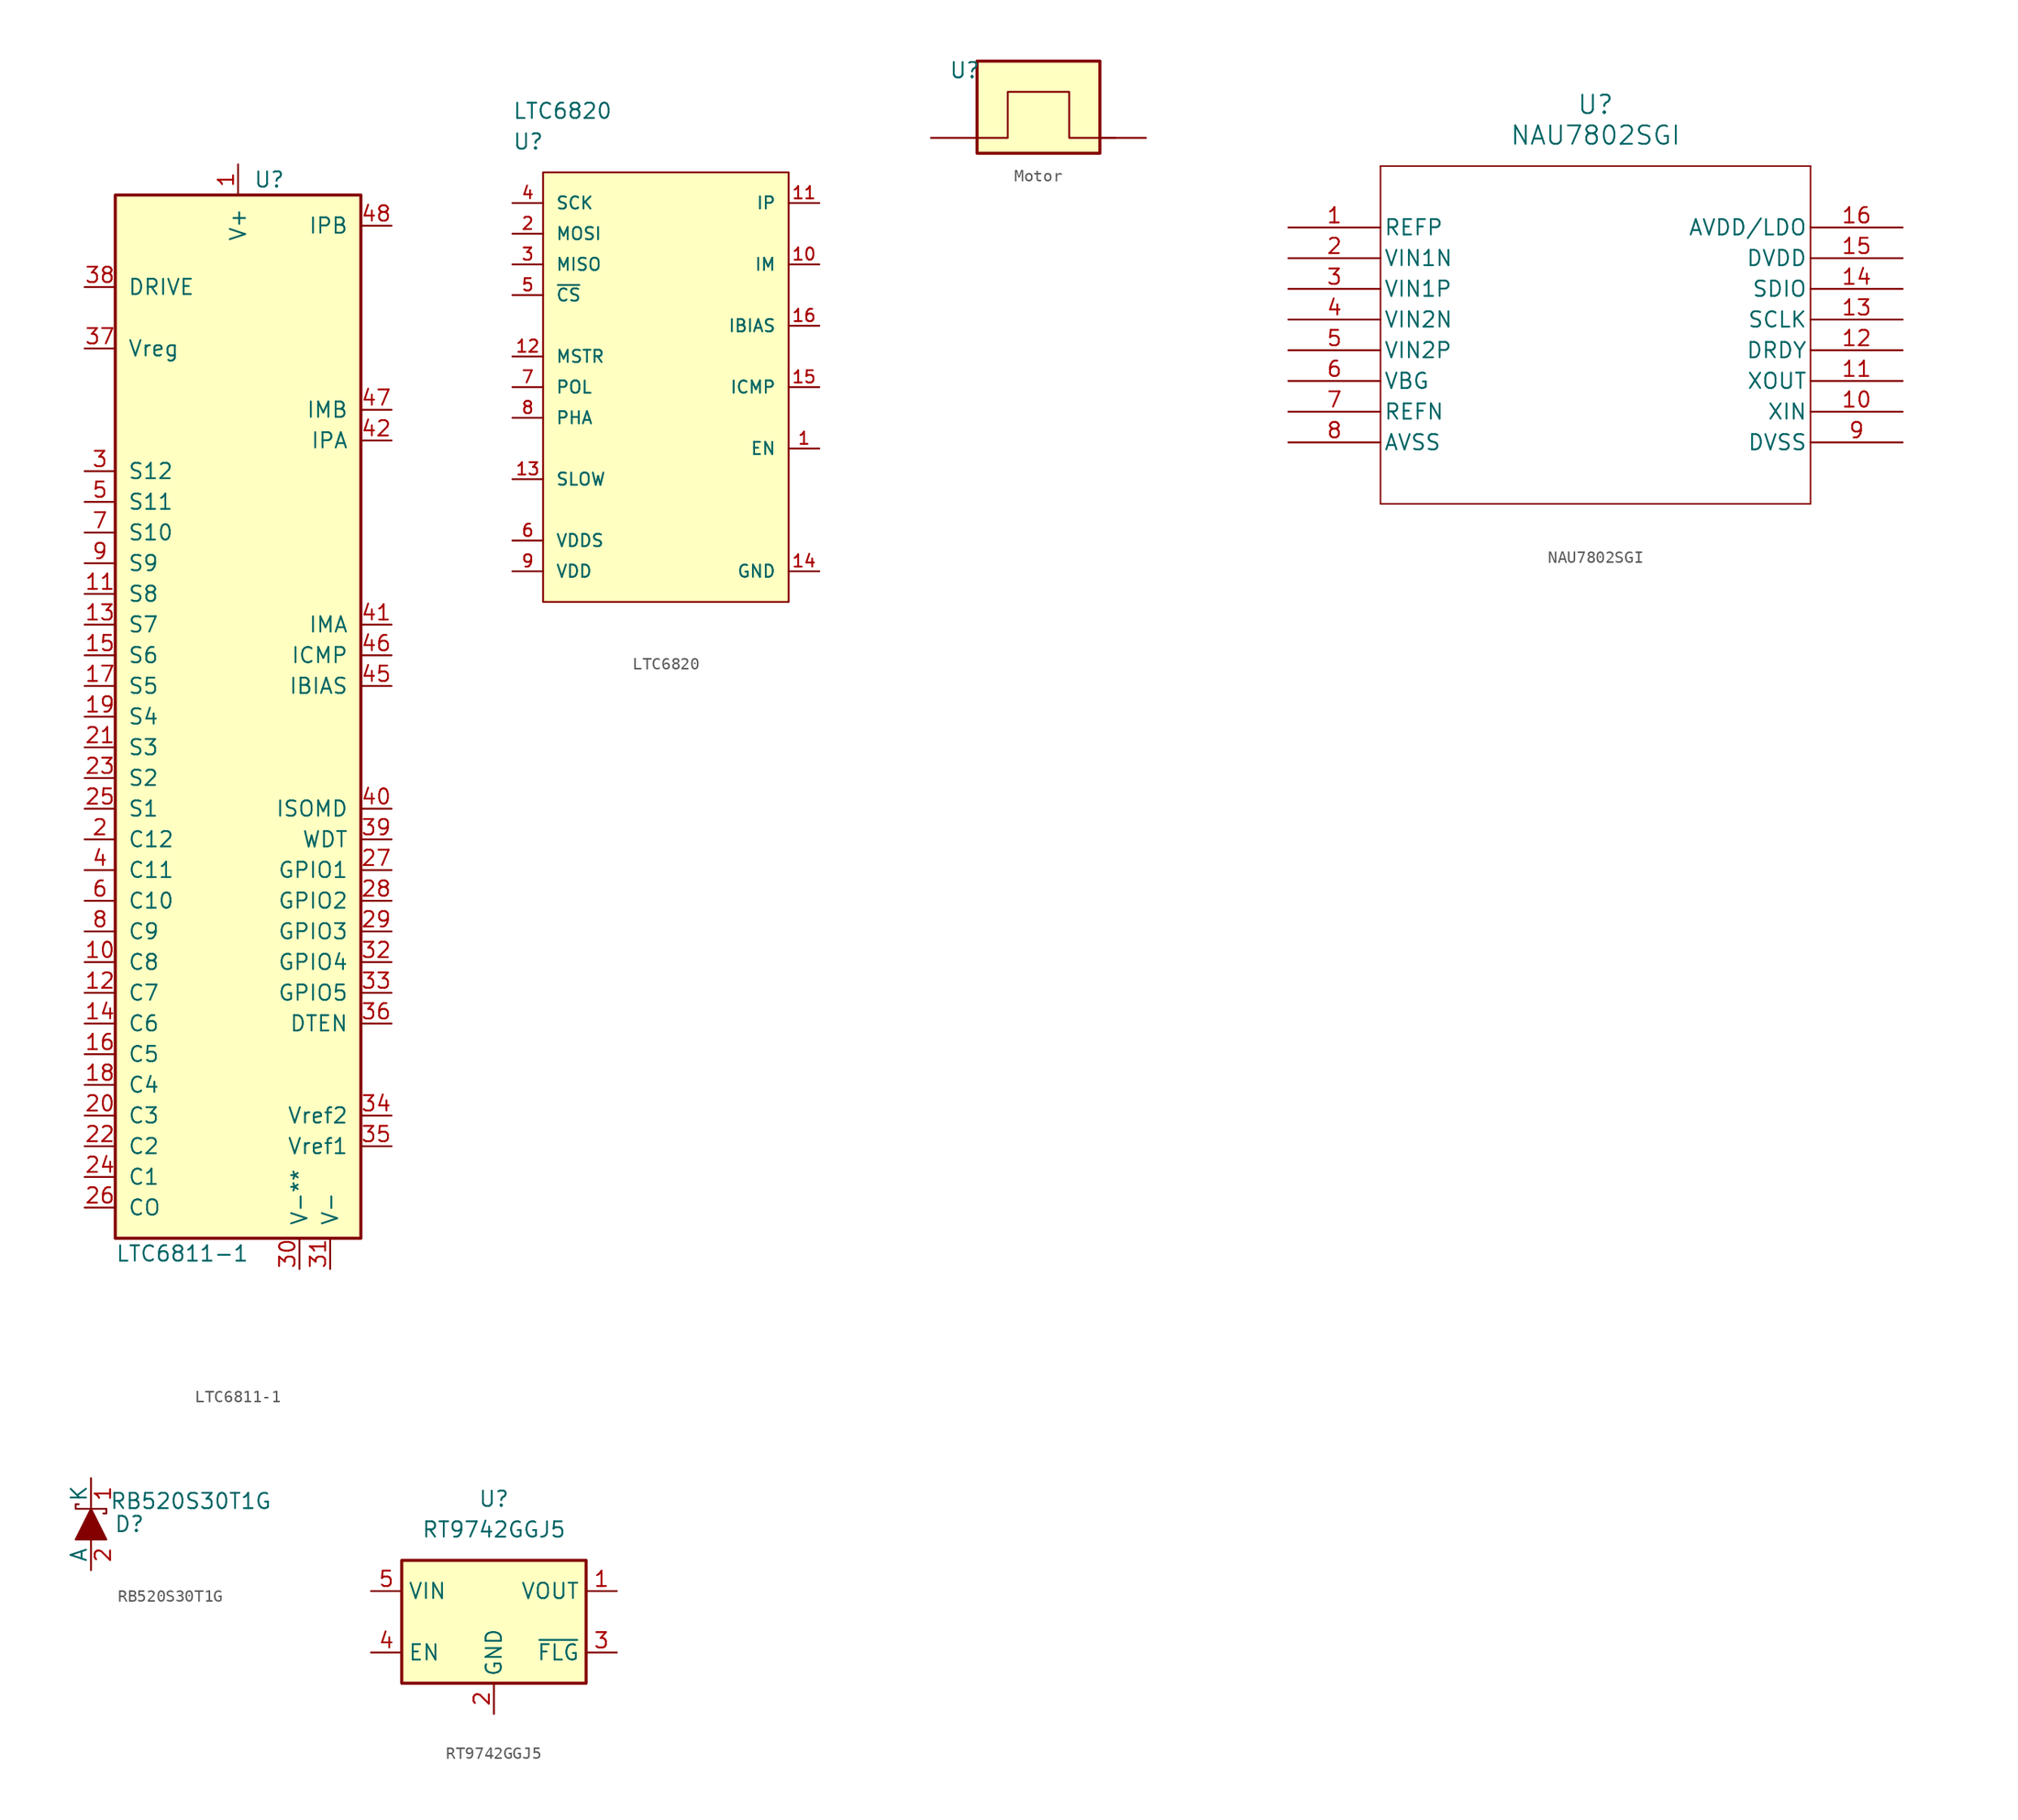
<source format=kicad_sym>
(kicad_symbol_lib
  (version 20231120)
  (generator "kicad_symbol_editor")
  (generator_version "8.0")
  (symbol "LTC6811-1"
    (pin_names
      (offset 1.016))
    (property "Reference" "U"
      (at 1.27 54.61 0)
      (effects (font (size 1.27 1.27)) (justify left)))
    (property "Value" "LTC6811-1"
      (at -10.16 -34.29 0)
      (effects (font (size 1.27 1.27)) (justify left)))
    (symbol "LTC6811-1_0_0"
      (pin bidirectional line (at 12.7 12.7 180) (length 2.54) (name "IBIAS" (effects (font (size 1.27 1.27)))) (number "45" (effects (font (size 1.27 1.27)))))
      (pin bidirectional line (at 12.7 15.24 180) (length 2.54) (name "ICMP" (effects (font (size 1.27 1.27)))) (number "46" (effects (font (size 1.27 1.27)))))
      (pin bidirectional line (at 12.7 35.56 180) (length 2.54) (name "IMB" (effects (font (size 1.27 1.27)))) (number "47" (effects (font (size 1.27 1.27)))))
      (pin bidirectional line (at 12.7 50.8 180) (length 2.54) (name "IPB" (effects (font (size 1.27 1.27)))) (number "48" (effects (font (size 1.27 1.27))))))
    (symbol "LTC6811-1_0_1"
      (rectangle (start 10.16 -33.02) (end -10.16 53.34) (stroke (width 0.254) (type default)) (fill (type background))))
    (symbol "LTC6811-1_1_1"
      (pin power_in line (at 0 55.88 270) (length 2.54) (name "V+" (effects (font (size 1.27 1.27)))) (number "1" (effects (font (size 1.27 1.27)))))
      (pin input line (at -12.7 -10.16 0) (length 2.54) (name "C8" (effects (font (size 1.27 1.27)))) (number "10" (effects (font (size 1.27 1.27)))))
      (pin bidirectional line (at -12.7 20.32 0) (length 2.54) (name "S8" (effects (font (size 1.27 1.27)))) (number "11" (effects (font (size 1.27 1.27)))))
      (pin input line (at -12.7 -12.7 0) (length 2.54) (name "C7" (effects (font (size 1.27 1.27)))) (number "12" (effects (font (size 1.27 1.27)))))
      (pin bidirectional line (at -12.7 17.78 0) (length 2.54) (name "S7" (effects (font (size 1.27 1.27)))) (number "13" (effects (font (size 1.27 1.27)))))
      (pin input line (at -12.7 -15.24 0) (length 2.54) (name "C6" (effects (font (size 1.27 1.27)))) (number "14" (effects (font (size 1.27 1.27)))))
      (pin bidirectional line (at -12.7 15.24 0) (length 2.54) (name "S6" (effects (font (size 1.27 1.27)))) (number "15" (effects (font (size 1.27 1.27)))))
      (pin input line (at -12.7 -17.78 0) (length 2.54) (name "C5" (effects (font (size 1.27 1.27)))) (number "16" (effects (font (size 1.27 1.27)))))
      (pin bidirectional line (at -12.7 12.7 0) (length 2.54) (name "S5" (effects (font (size 1.27 1.27)))) (number "17" (effects (font (size 1.27 1.27)))))
      (pin input line (at -12.7 -20.32 0) (length 2.54) (name "C4" (effects (font (size 1.27 1.27)))) (number "18" (effects (font (size 1.27 1.27)))))
      (pin bidirectional line (at -12.7 10.16 0) (length 2.54) (name "S4" (effects (font (size 1.27 1.27)))) (number "19" (effects (font (size 1.27 1.27)))))
      (pin input line (at -12.7 0 0) (length 2.54) (name "C12" (effects (font (size 1.27 1.27)))) (number "2" (effects (font (size 1.27 1.27)))))
      (pin input line (at -12.7 -22.86 0) (length 2.54) (name "C3" (effects (font (size 1.27 1.27)))) (number "20" (effects (font (size 1.27 1.27)))))
      (pin bidirectional line (at -12.7 7.62 0) (length 2.54) (name "S3" (effects (font (size 1.27 1.27)))) (number "21" (effects (font (size 1.27 1.27)))))
      (pin input line (at -12.7 -25.4 0) (length 2.54) (name "C2" (effects (font (size 1.27 1.27)))) (number "22" (effects (font (size 1.27 1.27)))))
      (pin bidirectional line (at -12.7 5.08 0) (length 2.54) (name "S2" (effects (font (size 1.27 1.27)))) (number "23" (effects (font (size 1.27 1.27)))))
      (pin input line (at -12.7 -27.94 0) (length 2.54) (name "C1" (effects (font (size 1.27 1.27)))) (number "24" (effects (font (size 1.27 1.27)))))
      (pin bidirectional line (at -12.7 2.54 0) (length 2.54) (name "S1" (effects (font (size 1.27 1.27)))) (number "25" (effects (font (size 1.27 1.27)))))
      (pin input line (at -12.7 -30.48 0) (length 2.54) (name "CO" (effects (font (size 1.27 1.27)))) (number "26" (effects (font (size 1.27 1.27)))))
      (pin bidirectional line (at 12.7 -2.54 180) (length 2.54) (name "GPIO1" (effects (font (size 1.27 1.27)))) (number "27" (effects (font (size 1.27 1.27)))))
      (pin bidirectional line (at 12.7 -5.08 180) (length 2.54) (name "GPIO2" (effects (font (size 1.27 1.27)))) (number "28" (effects (font (size 1.27 1.27)))))
      (pin bidirectional line (at 12.7 -7.62 180) (length 2.54) (name "GPIO3" (effects (font (size 1.27 1.27)))) (number "29" (effects (font (size 1.27 1.27)))))
      (pin bidirectional line (at -12.7 30.48 0) (length 2.54) (name "S12" (effects (font (size 1.27 1.27)))) (number "3" (effects (font (size 1.27 1.27)))))
      (pin power_in line (at 5.08 -35.56 90) (length 2.54) (name "V-**" (effects (font (size 1.27 1.27)))) (number "30" (effects (font (size 1.27 1.27)))))
      (pin power_in line (at 7.62 -35.56 90) (length 2.54) (name "V-" (effects (font (size 1.27 1.27)))) (number "31" (effects (font (size 1.27 1.27)))))
      (pin bidirectional line (at 12.7 -10.16 180) (length 2.54) (name "GPIO4" (effects (font (size 1.27 1.27)))) (number "32" (effects (font (size 1.27 1.27)))))
      (pin bidirectional line (at 12.7 -12.7 180) (length 2.54) (name "GPIO5" (effects (font (size 1.27 1.27)))) (number "33" (effects (font (size 1.27 1.27)))))
      (pin output line (at 12.7 -22.86 180) (length 2.54) (name "Vref2" (effects (font (size 1.27 1.27)))) (number "34" (effects (font (size 1.27 1.27)))))
      (pin output line (at 12.7 -25.4 180) (length 2.54) (name "Vref1" (effects (font (size 1.27 1.27)))) (number "35" (effects (font (size 1.27 1.27)))))
      (pin input line (at 12.7 -15.24 180) (length 2.54) (name "DTEN" (effects (font (size 1.27 1.27)))) (number "36" (effects (font (size 1.27 1.27)))))
      (pin input line (at -12.7 40.64 0) (length 2.54) (name "Vreg" (effects (font (size 1.27 1.27)))) (number "37" (effects (font (size 1.27 1.27)))))
      (pin output line (at -12.7 45.72 0) (length 2.54) (name "DRIVE" (effects (font (size 1.27 1.27)))) (number "38" (effects (font (size 1.27 1.27)))))
      (pin output line (at 12.7 0 180) (length 2.54) (name "WDT" (effects (font (size 1.27 1.27)))) (number "39" (effects (font (size 1.27 1.27)))))
      (pin input line (at -12.7 -2.54 0) (length 2.54) (name "C11" (effects (font (size 1.27 1.27)))) (number "4" (effects (font (size 1.27 1.27)))))
      (pin input line (at 12.7 2.54 180) (length 2.54) (name "ISOMD" (effects (font (size 1.27 1.27)))) (number "40" (effects (font (size 1.27 1.27)))))
      (pin bidirectional line (at 12.7 17.78 180) (length 2.54) (name "IMA" (effects (font (size 1.27 1.27)))) (number "41" (effects (font (size 1.27 1.27)))))
      (pin bidirectional line (at 12.7 33.02 180) (length 2.54) (name "IPA" (effects (font (size 1.27 1.27)))) (number "42" (effects (font (size 1.27 1.27)))))
      (pin no_connect line (at -12.7 33.02 0) (length 2.54) hide (name "NC" (effects (font (size 1.27 1.27)))) (number "43" (effects (font (size 1.27 1.27)))))
      (pin no_connect line (at -12.7 35.56 0) (length 2.54) hide (name "NC" (effects (font (size 1.27 1.27)))) (number "44" (effects (font (size 1.27 1.27)))))
      (pin bidirectional line (at -12.7 27.94 0) (length 2.54) (name "S11" (effects (font (size 1.27 1.27)))) (number "5" (effects (font (size 1.27 1.27)))))
      (pin input line (at -12.7 -5.08 0) (length 2.54) (name "C10" (effects (font (size 1.27 1.27)))) (number "6" (effects (font (size 1.27 1.27)))))
      (pin bidirectional line (at -12.7 25.4 0) (length 2.54) (name "S10" (effects (font (size 1.27 1.27)))) (number "7" (effects (font (size 1.27 1.27)))))
      (pin input line (at -12.7 -7.62 0) (length 2.54) (name "C9" (effects (font (size 1.27 1.27)))) (number "8" (effects (font (size 1.27 1.27)))))
      (pin bidirectional line (at -12.7 22.86 0) (length 2.54) (name "S9" (effects (font (size 1.27 1.27)))) (number "9" (effects (font (size 1.27 1.27)))))))
  (symbol "LTC6820"
    (pin_names
      (offset 1.016))
    (property "Reference" "U"
      (at -12.7 20.32 0)
      (effects (font (size 1.27 1.27)) (justify left)))
    (property "Value" "LTC6820"
      (at -12.7 22.86 0)
      (effects (font (size 1.27 1.27)) (justify left)))
    (symbol "LTC6820_1_1"
      (rectangle (start -10.16 17.78) (end 10.16 -17.78) (stroke (width 0) (type default)) (fill (type background)))
      (pin input line (at 12.7 -5.08 180) (length 2.54) (name "EN" (effects (font (size 1.016 1.016)))) (number "1" (effects (font (size 1.016 1.016)))))
      (pin bidirectional line (at 12.7 10.16 180) (length 2.54) (name "IM" (effects (font (size 1.016 1.016)))) (number "10" (effects (font (size 1.016 1.016)))))
      (pin bidirectional line (at 12.7 15.24 180) (length 2.54) (name "IP" (effects (font (size 1.016 1.016)))) (number "11" (effects (font (size 1.016 1.016)))))
      (pin input line (at -12.7 2.54 0) (length 2.54) (name "MSTR" (effects (font (size 1.016 1.016)))) (number "12" (effects (font (size 1.016 1.016)))))
      (pin input line (at -12.7 -7.62 0) (length 2.54) (name "SLOW" (effects (font (size 1.016 1.016)))) (number "13" (effects (font (size 1.016 1.016)))))
      (pin power_in line (at 12.7 -15.24 180) (length 2.54) (name "GND" (effects (font (size 1.016 1.016)))) (number "14" (effects (font (size 1.016 1.016)))))
      (pin input line (at 12.7 0 180) (length 2.54) (name "ICMP" (effects (font (size 1.016 1.016)))) (number "15" (effects (font (size 1.016 1.016)))))
      (pin input line (at 12.7 5.08 180) (length 2.54) (name "IBIAS" (effects (font (size 1.016 1.016)))) (number "16" (effects (font (size 1.016 1.016)))))
      (pin bidirectional line (at -12.7 12.7 0) (length 2.54) (name "MOSI" (effects (font (size 1.016 1.016)))) (number "2" (effects (font (size 1.016 1.016)))))
      (pin bidirectional line (at -12.7 10.16 0) (length 2.54) (name "MISO" (effects (font (size 1.016 1.016)))) (number "3" (effects (font (size 1.016 1.016)))))
      (pin bidirectional line (at -12.7 15.24 0) (length 2.54) (name "SCK" (effects (font (size 1.016 1.016)))) (number "4" (effects (font (size 1.016 1.016)))))
      (pin bidirectional line (at -12.7 7.62 0) (length 2.54) (name "~{CS}" (effects (font (size 1.016 1.016)))) (number "5" (effects (font (size 1.016 1.016)))))
      (pin power_in line (at -12.7 -12.7 0) (length 2.54) (name "VDDS" (effects (font (size 1.016 1.016)))) (number "6" (effects (font (size 1.016 1.016)))))
      (pin input line (at -12.7 0 0) (length 2.54) (name "POL" (effects (font (size 1.016 1.016)))) (number "7" (effects (font (size 1.016 1.016)))))
      (pin input line (at -12.7 -2.54 0) (length 2.54) (name "PHA" (effects (font (size 1.016 1.016)))) (number "8" (effects (font (size 1.016 1.016)))))
      (pin power_in line (at -12.7 -15.24 0) (length 2.54) (name "VDD" (effects (font (size 1.016 1.016)))) (number "9" (effects (font (size 1.016 1.016)))))))
  (symbol "Motor"
    (property "Reference" "U"
      (at -6.096 5.588 0)
      (effects (font (size 1.27 1.27))))
    (property "Value" ""
      (at 0 0 0)
      (effects (font (size 1.27 1.27))))
    (symbol "Motor_0_0"
      (rectangle (start -5.08 6.35) (end 5.08 -1.27) (stroke (width 0.254) (type default)) (fill (type background))))
    (symbol "Motor_0_1"
      (polyline (pts (xy -5.08 0) (xy -2.54 0) (xy -2.54 3.81) (xy 2.54 3.81) (xy 2.54 0) (xy 6.35 0)) (stroke (width 0) (type default)) (fill (type none))))
    (symbol "Motor_1_0"
      (pin input line (at -8.89 0 0) (length 3.81) (name "" (effects (font (size 1.016 1.016)))) (number "" (effects (font (size 1.016 1.016)))))
      (pin output line (at 8.89 0 180) (length 3.81) (name "" (effects (font (size 1.016 1.016)))) (number "" (effects (font (size 1.016 1.016)))))))
  (symbol "NAU7802SGI"
    (pin_names
      (offset 0.254))
    (property "Reference" "U"
      (at 25.4 10.16 0)
      (effects (font (size 1.524 1.524))))
    (property "Value" "NAU7802SGI"
      (at 25.4 7.62 0)
      (effects (font (size 1.524 1.524))))
    (symbol "NAU7802SGI_0_1"
      (polyline (pts (xy 7.62 -22.86) (xy 43.18 -22.86)) (stroke (width 0.127) (type default)) (fill (type none)))
      (polyline (pts (xy 7.62 5.08) (xy 7.62 -22.86)) (stroke (width 0.127) (type default)) (fill (type none)))
      (polyline (pts (xy 43.18 -22.86) (xy 43.18 5.08)) (stroke (width 0.127) (type default)) (fill (type none)))
      (polyline (pts (xy 43.18 5.08) (xy 7.62 5.08)) (stroke (width 0.127) (type default)) (fill (type none)))
      (pin unspecified line (at 0 0 0) (length 7.62) (name "REFP" (effects (font (size 1.27 1.27)))) (number "1" (effects (font (size 1.27 1.27)))))
      (pin unspecified line (at 50.8 -15.24 180) (length 7.62) (name "XIN" (effects (font (size 1.27 1.27)))) (number "10" (effects (font (size 1.27 1.27)))))
      (pin output line (at 50.8 -12.7 180) (length 7.62) (name "XOUT" (effects (font (size 1.27 1.27)))) (number "11" (effects (font (size 1.27 1.27)))))
      (pin unspecified line (at 50.8 -10.16 180) (length 7.62) (name "DRDY" (effects (font (size 1.27 1.27)))) (number "12" (effects (font (size 1.27 1.27)))))
      (pin unspecified line (at 50.8 -7.62 180) (length 7.62) (name "SCLK" (effects (font (size 1.27 1.27)))) (number "13" (effects (font (size 1.27 1.27)))))
      (pin unspecified line (at 50.8 -5.08 180) (length 7.62) (name "SDIO" (effects (font (size 1.27 1.27)))) (number "14" (effects (font (size 1.27 1.27)))))
      (pin power_in line (at 50.8 -2.54 180) (length 7.62) (name "DVDD" (effects (font (size 1.27 1.27)))) (number "15" (effects (font (size 1.27 1.27)))))
      (pin power_in line (at 50.8 0 180) (length 7.62) (name "AVDD/LDO" (effects (font (size 1.27 1.27)))) (number "16" (effects (font (size 1.27 1.27)))))
      (pin input line (at 0 -2.54 0) (length 7.62) (name "VIN1N" (effects (font (size 1.27 1.27)))) (number "2" (effects (font (size 1.27 1.27)))))
      (pin input line (at 0 -5.08 0) (length 7.62) (name "VIN1P" (effects (font (size 1.27 1.27)))) (number "3" (effects (font (size 1.27 1.27)))))
      (pin input line (at 0 -7.62 0) (length 7.62) (name "VIN2N" (effects (font (size 1.27 1.27)))) (number "4" (effects (font (size 1.27 1.27)))))
      (pin input line (at 0 -10.16 0) (length 7.62) (name "VIN2P" (effects (font (size 1.27 1.27)))) (number "5" (effects (font (size 1.27 1.27)))))
      (pin unspecified line (at 0 -12.7 0) (length 7.62) (name "VBG" (effects (font (size 1.27 1.27)))) (number "6" (effects (font (size 1.27 1.27)))))
      (pin unspecified line (at 0 -15.24 0) (length 7.62) (name "REFN" (effects (font (size 1.27 1.27)))) (number "7" (effects (font (size 1.27 1.27)))))
      (pin power_out line (at 0 -17.78 0) (length 7.62) (name "AVSS" (effects (font (size 1.27 1.27)))) (number "8" (effects (font (size 1.27 1.27)))))
      (pin power_out line (at 50.8 -17.78 180) (length 7.62) (name "DVSS" (effects (font (size 1.27 1.27)))) (number "9" (effects (font (size 1.27 1.27)))))))
  (symbol "RB520S30T1G"
    (pin_names
      (offset 0))
    (property "Reference" "D"
      (at 3.175 0 0)
      (effects (font (size 1.27 1.27))))
    (property "Value" "RB520S30T1G"
      (at 8.255 1.905 0)
      (effects (font (size 1.27 1.27))))
    (symbol "RB520S30T1G_0_1"
      (polyline (pts (xy 0 -1.27) (xy 0 1.27)) (stroke (width 0) (type default)) (fill (type none)))
      (polyline (pts (xy 0 1.27) (xy 1.27 1.27) (xy 1.27 0.889) (xy 1.016 0.889)) (stroke (width 0) (type default)) (fill (type none)))
      (polyline (pts (xy 0 1.27) (xy -1.27 1.27) (xy -1.27 1.524) (xy -1.27 1.651) (xy -1.016 1.651)) (stroke (width 0) (type default)) (fill (type none))))
    (symbol "RB520S30T1G_1_1"
      (polyline (pts (xy 0 1.27) (xy -1.27 -1.27) (xy 1.27 -1.27) (xy 0 1.27)) (stroke (width 0) (type default)) (fill (type outline)))
      (pin passive line (at 0 3.81 270) (length 2.54) (name "K" (effects (font (size 1.27 1.27)))) (number "1" (effects (font (size 1.27 1.27)))))
      (pin passive line (at 0 -3.81 90) (length 2.54) (name "A" (effects (font (size 1.27 1.27)))) (number "2" (effects (font (size 1.27 1.27)))))))
  (symbol "RT9742GGJ5"
    (property "Reference" "U"
      (at 0 10.16 0)
      (effects (font (size 1.27 1.27))))
    (property "Value" "RT9742GGJ5"
      (at 0 7.62 0)
      (effects (font (size 1.27 1.27))))
    (symbol "RT9742GGJ5_0_1"
      (rectangle (start -7.62 5.08) (end 7.62 -5.08) (stroke (width 0.254) (type default)) (fill (type background))))
    (symbol "RT9742GGJ5_1_1"
      (pin power_out line (at 10.16 2.54 180) (length 2.54) (name "VOUT" (effects (font (size 1.27 1.27)))) (number "1" (effects (font (size 1.27 1.27)))))
      (pin power_in line (at 0 -7.62 90) (length 2.54) (name "GND" (effects (font (size 1.27 1.27)))) (number "2" (effects (font (size 1.27 1.27)))))
      (pin open_collector line (at 10.16 -2.54 180) (length 2.54) (name "~{FLG}" (effects (font (size 1.27 1.27)))) (number "3" (effects (font (size 1.27 1.27)))))
      (pin input line (at -10.16 -2.54 0) (length 2.54) (name "EN" (effects (font (size 1.27 1.27)))) (number "4" (effects (font (size 1.27 1.27)))))
      (pin power_in line (at -10.16 2.54 0) (length 2.54) (name "VIN" (effects (font (size 1.27 1.27)))) (number "5" (effects (font (size 1.27 1.27))))))))
</source>
